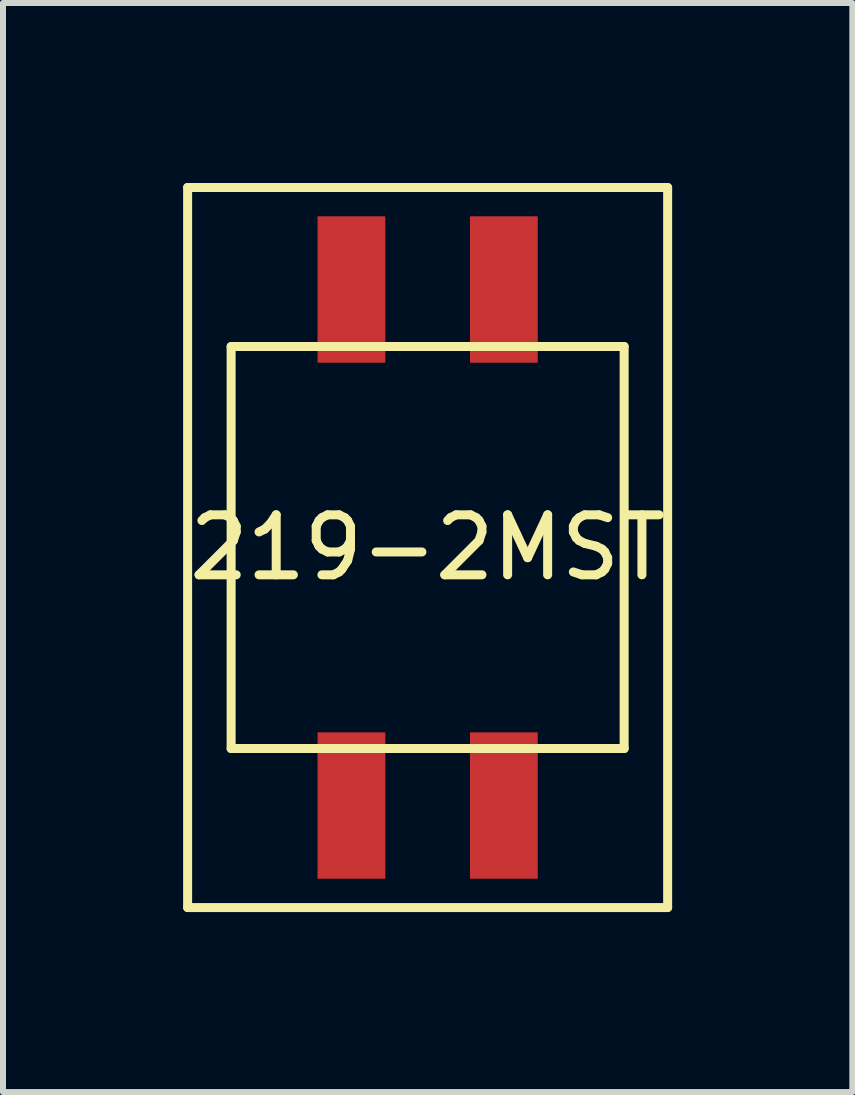
<source format=kicad_pcb>
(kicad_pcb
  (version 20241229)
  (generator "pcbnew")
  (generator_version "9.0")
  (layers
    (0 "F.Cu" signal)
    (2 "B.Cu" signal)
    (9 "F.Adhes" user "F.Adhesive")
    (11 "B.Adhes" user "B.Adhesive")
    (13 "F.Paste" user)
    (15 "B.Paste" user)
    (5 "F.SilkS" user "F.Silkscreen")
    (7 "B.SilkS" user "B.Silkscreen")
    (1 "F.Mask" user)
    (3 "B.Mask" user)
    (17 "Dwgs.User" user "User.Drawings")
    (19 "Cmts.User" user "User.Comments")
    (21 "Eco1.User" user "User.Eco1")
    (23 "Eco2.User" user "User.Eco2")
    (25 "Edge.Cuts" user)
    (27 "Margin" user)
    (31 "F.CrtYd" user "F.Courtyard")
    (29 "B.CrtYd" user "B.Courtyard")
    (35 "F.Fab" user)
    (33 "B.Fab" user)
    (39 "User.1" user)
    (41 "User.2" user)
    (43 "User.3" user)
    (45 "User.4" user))
  (footprint "219-2MST"
    (layer "F.Cu")
    (at 4.077 6.075)
    (property "Reference" "219-2MST" (at 0 0 0) (layer "F.SilkS") (effects (font (size 1 1) (thickness 0.15))))
    (attr through_hole)
    (fp_line (start -4 -6) (end 4 -6) (stroke (width 0.15) (type solid)) (layer "F.SilkS"))
    (fp_line (start -4 6) (end -4 -6) (stroke (width 0.15) (type solid)) (layer "F.SilkS"))
    (fp_line (start -3.275 -3.35) (end 3.275 -3.35) (stroke (width 0.15) (type solid)) (layer "F.SilkS"))
    (fp_line (start -3.275 3.35) (end -3.275 -3.35) (stroke (width 0.15) (type solid)) (layer "F.SilkS"))
    (fp_line (start 3.275 -3.35) (end 3.275 3.35) (stroke (width 0.15) (type solid)) (layer "F.SilkS"))
    (fp_line (start 3.275 3.35) (end -3.275 3.35) (stroke (width 0.15) (type solid)) (layer "F.SilkS"))
    (fp_line (start 4 -6) (end 4 6) (stroke (width 0.15) (type solid)) (layer "F.SilkS"))
    (fp_line (start 4 6) (end -4 6) (stroke (width 0.15) (type solid)) (layer "F.SilkS"))
    (pad "1" smd rect (at -1.27 4.3) (size 1.13 2.44) (layers "F.Cu" "F.Mask" "F.Paste"))
    (pad "2" smd rect (at -1.27 -4.3) (size 1.13 2.44) (layers "F.Cu" "F.Mask" "F.Paste"))
    (pad "3" smd rect (at 1.27 4.3) (size 1.13 2.44) (layers "F.Cu" "F.Mask" "F.Paste"))
    (pad "4" smd rect (at 1.27 -4.3) (size 1.13 2.44) (layers "F.Cu" "F.Mask" "F.Paste")))
  (gr_rect
    (start -3 -3)
    (end 11.155 15.15)
    (stroke (width 0.1) (type default))
    (fill no)
    (layer "Edge.Cuts")))
</source>
